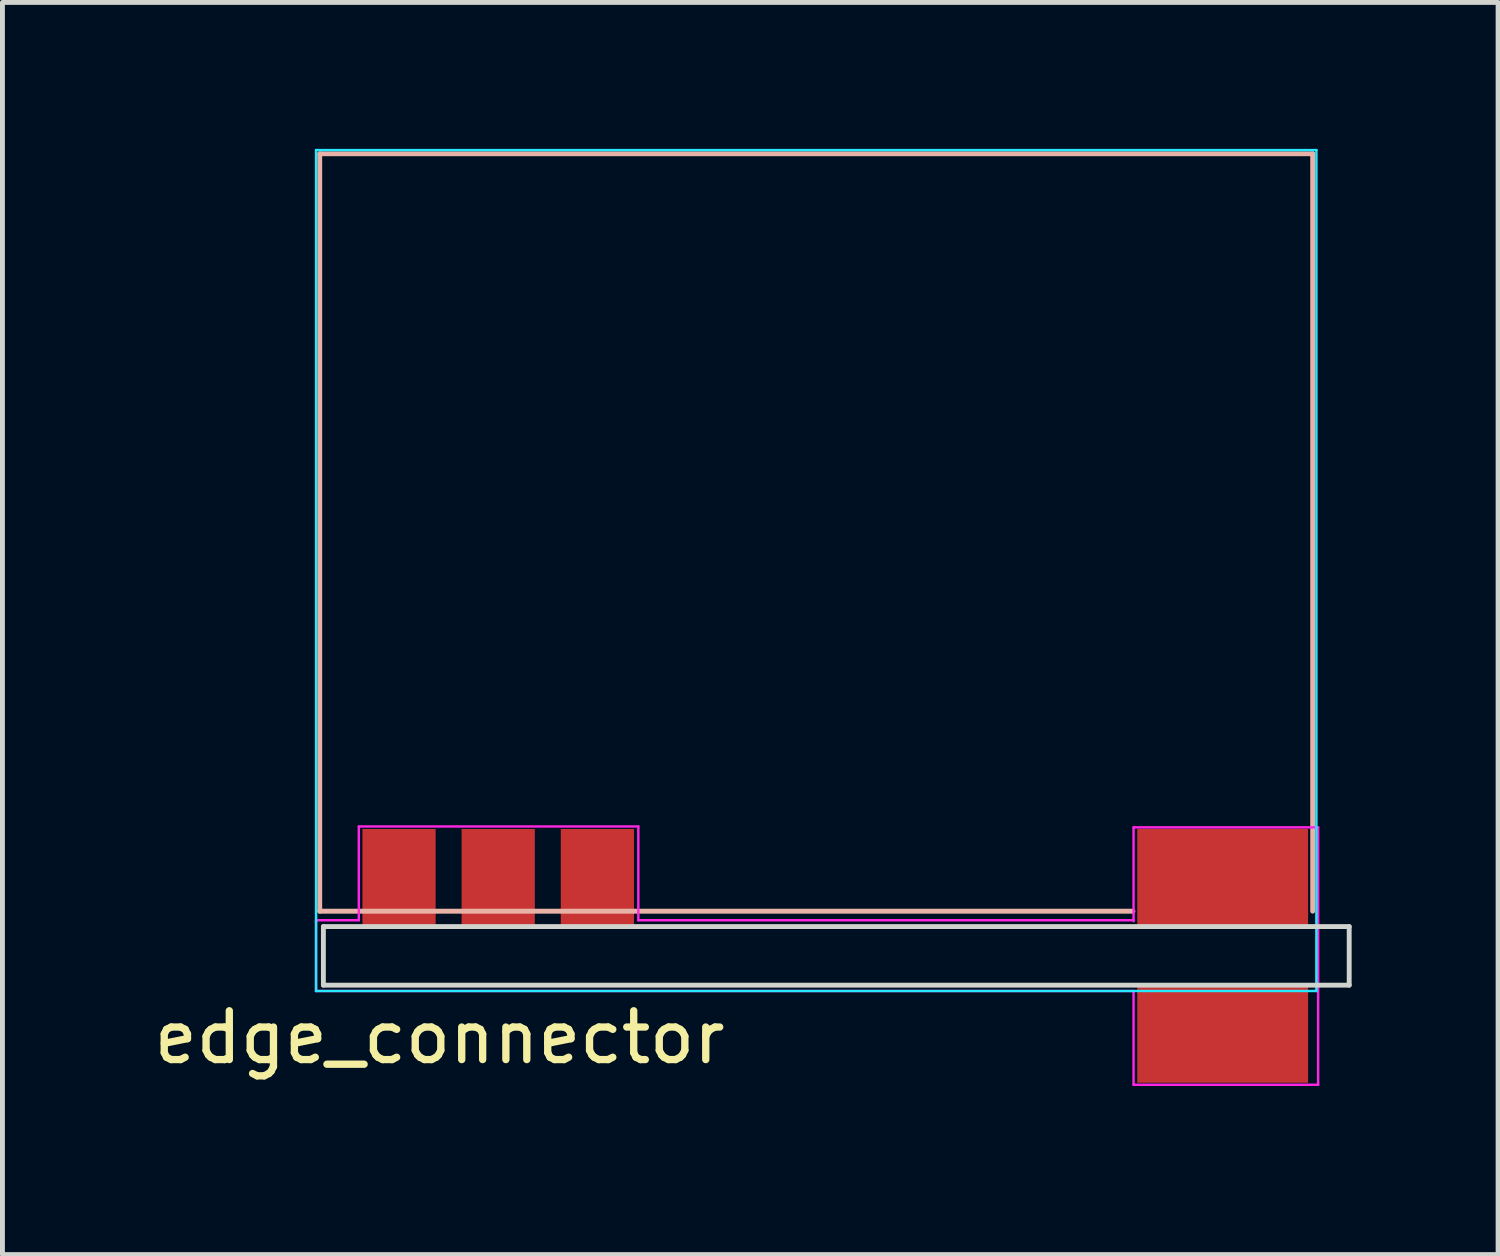
<source format=kicad_pcb>
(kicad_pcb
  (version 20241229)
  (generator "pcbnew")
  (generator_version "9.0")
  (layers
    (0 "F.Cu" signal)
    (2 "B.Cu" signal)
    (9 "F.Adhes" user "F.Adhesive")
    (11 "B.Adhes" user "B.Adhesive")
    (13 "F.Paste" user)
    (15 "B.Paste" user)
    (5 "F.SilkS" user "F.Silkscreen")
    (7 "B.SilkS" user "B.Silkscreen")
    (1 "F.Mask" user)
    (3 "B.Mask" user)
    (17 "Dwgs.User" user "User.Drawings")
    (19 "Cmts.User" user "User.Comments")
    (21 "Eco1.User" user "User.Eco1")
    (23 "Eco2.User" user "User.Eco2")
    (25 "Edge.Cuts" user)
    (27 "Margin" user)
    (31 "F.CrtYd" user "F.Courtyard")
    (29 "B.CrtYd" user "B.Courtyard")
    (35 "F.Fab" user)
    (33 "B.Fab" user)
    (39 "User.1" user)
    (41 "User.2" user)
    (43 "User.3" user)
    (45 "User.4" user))
  (footprint "edge_connector"
    (layer "F.Cu")
    (at 3.958 19.405)
    (property "Reference" "edge_connector" (at 2 -1.2 0) (layer "F.SilkS") (effects (font (size 1 1) (thickness 0.15))))
    (attr exclude_from_pos_files exclude_from_bom)
    (fp_line (start -0.457 -19.304) (end -0.457 -3.785) (stroke (width 0.1) (type default)) (layer "B.SilkS"))
    (fp_line (start -0.457 -3.785) (end 16.205 -3.785) (stroke (width 0.1) (type default)) (layer "B.SilkS"))
    (fp_line (start 19.888 -19.304) (end -0.457 -19.304) (stroke (width 0.1) (type default)) (layer "B.SilkS"))
    (fp_line (start 19.888 -3.785) (end 19.888 -19.304) (stroke (width 0.1) (type default)) (layer "B.SilkS"))
    (fp_line (start -0.382 -3.47) (end -0.382 -2.27) (stroke (width 0.1) (type default)) (layer "Edge.Cuts"))
    (fp_line (start 20.636 -3.47) (end -0.382 -3.47) (stroke (width 0.1) (type solid)) (layer "Edge.Cuts"))
    (fp_line (start 20.636 -3.47) (end 20.636 -2.27) (stroke (width 0.1) (type default)) (layer "Edge.Cuts"))
    (fp_line (start 20.636 -2.27) (end -0.382 -2.27) (stroke (width 0.1) (type solid)) (layer "Edge.Cuts"))
    (fp_line (start -0.532 -3.581) (end -0.532 -19.38) (stroke (width 0.05) (type solid)) (layer "B.CrtYd"))
    (fp_line (start -0.532 -2.15) (end -0.532 -3.581) (stroke (width 0.05) (type solid)) (layer "B.CrtYd"))
    (fp_line (start 19.964 -19.38) (end -0.532 -19.38) (stroke (width 0.05) (type solid)) (layer "B.CrtYd"))
    (fp_line (start 19.964 -19.38) (end 19.964 -2.15) (stroke (width 0.05) (type solid)) (layer "B.CrtYd"))
    (fp_line (start 19.964 -2.15) (end -0.532 -2.15) (stroke (width 0.05) (type default)) (layer "B.CrtYd"))
    (fp_line (start -0.533 -3.6) (end 0.344 -3.6) (stroke (width 0.05) (type solid)) (layer "F.CrtYd"))
    (fp_line (start -0.533 -2.15) (end -0.533 -3.6) (stroke (width 0.05) (type default)) (layer "F.CrtYd"))
    (fp_line (start -0.533 -2.15) (end 16.218 -2.15) (stroke (width 0.05) (type default)) (layer "F.CrtYd"))
    (fp_line (start 0.344 -5.521) (end 6.071 -5.521) (stroke (width 0.05) (type solid)) (layer "F.CrtYd"))
    (fp_line (start 0.344 -3.6) (end 0.344 -5.521) (stroke (width 0.05) (type solid)) (layer "F.CrtYd"))
    (fp_line (start 6.071 -3.6) (end 6.071 -5.521) (stroke (width 0.05) (type solid)) (layer "F.CrtYd"))
    (fp_line (start 16.218 -5.503) (end 20 -5.503) (stroke (width 0.05) (type solid)) (layer "F.CrtYd"))
    (fp_line (start 16.218 -3.6) (end 6.071 -3.6) (stroke (width 0.05) (type solid)) (layer "F.CrtYd"))
    (fp_line (start 16.218 -3.581) (end 16.218 -5.503) (stroke (width 0.05) (type solid)) (layer "F.CrtYd"))
    (fp_line (start 16.218 -0.229) (end 16.218 -2.15) (stroke (width 0.05) (type solid)) (layer "F.CrtYd"))
    (fp_line (start 16.218 -0.229) (end 20 -0.229) (stroke (width 0.05) (type solid)) (layer "F.CrtYd"))
    (fp_line (start 20 -5.503) (end 20 -0.229) (stroke (width 0.05) (type solid)) (layer "F.CrtYd"))
    (pad "1" connect rect (at 18.044 -1.27) (size 3.5 2) (layers "F.Cu" "F.Mask"))
    (pad "2" connect rect (at 18.044 -4.47) (size 3.5 2) (layers "F.Cu" "F.Mask"))
    (pad "3" connect rect (at 5.232 -4.47) (size 1.5 2) (layers "F.Cu" "F.Mask"))
    (pad "4" connect rect (at 3.2 -4.47) (size 1.5 2) (layers "F.Cu" "F.Mask"))
    (pad "5" connect rect (at 1.168 -4.47) (size 1.5 2) (layers "F.Cu" "F.Mask")))
  (gr_rect
    (start -3 -3)
    (end 27.645 22.655)
    (stroke (width 0.1) (type default))
    (fill no)
    (layer "Edge.Cuts")))
</source>
